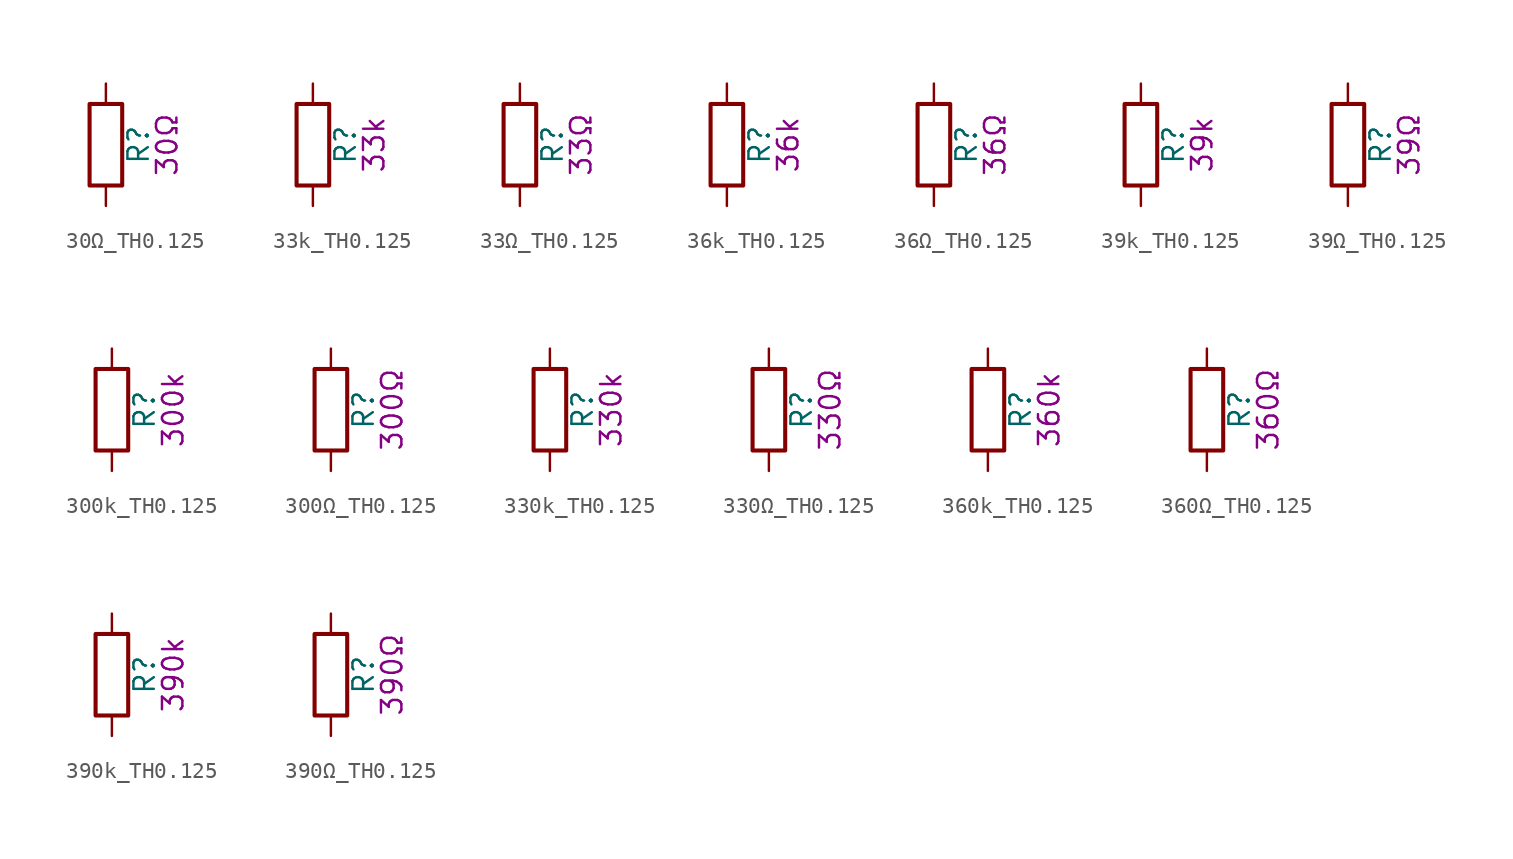
<source format=kicad_sym>
(kicad_symbol_lib
  (version 20211014)
  (generator kicad_symbol_editor)
  (symbol "30Ω_TH0.125"
    (pin_numbers hide)
    (pin_names
      (offset 0))
    (property "Reference" "R"
      (at 2.032 0 90)
      (effects (font (size 1.27 1.27))))
    (property "Display" "30Ω"
      (at 3.81 0 90)
      (effects (font (size 1.27 1.27))))
    (symbol "30Ω_TH0.125_0_1"
      (rectangle (start -1.016 -2.54) (end 1.016 2.54) (stroke (width 0.254) (type default) (color 0 0 0 0)) (fill (type none))))
    (symbol "30Ω_TH0.125_1_1"
      (pin passive line (at 0 3.81 270) (length 1.27) (name "~" (effects (font (size 1.27 1.27)))) (number "1" (effects (font (size 1.27 1.27)))))
      (pin passive line (at 0 -3.81 90) (length 1.27) (name "~" (effects (font (size 1.27 1.27)))) (number "2" (effects (font (size 1.27 1.27)))))))
  (symbol "33k_TH0.125"
    (pin_numbers hide)
    (pin_names
      (offset 0))
    (property "Reference" "R"
      (at 2.032 0 90)
      (effects (font (size 1.27 1.27))))
    (property "Display" "33k"
      (at 3.81 0 90)
      (effects (font (size 1.27 1.27))))
    (symbol "33k_TH0.125_0_1"
      (rectangle (start -1.016 -2.54) (end 1.016 2.54) (stroke (width 0.254) (type default) (color 0 0 0 0)) (fill (type none))))
    (symbol "33k_TH0.125_1_1"
      (pin passive line (at 0 3.81 270) (length 1.27) (name "~" (effects (font (size 1.27 1.27)))) (number "1" (effects (font (size 1.27 1.27)))))
      (pin passive line (at 0 -3.81 90) (length 1.27) (name "~" (effects (font (size 1.27 1.27)))) (number "2" (effects (font (size 1.27 1.27)))))))
  (symbol "33Ω_TH0.125"
    (pin_numbers hide)
    (pin_names
      (offset 0))
    (property "Reference" "R"
      (at 2.032 0 90)
      (effects (font (size 1.27 1.27))))
    (property "Display" "33Ω"
      (at 3.81 0 90)
      (effects (font (size 1.27 1.27))))
    (symbol "33Ω_TH0.125_0_1"
      (rectangle (start -1.016 -2.54) (end 1.016 2.54) (stroke (width 0.254) (type default) (color 0 0 0 0)) (fill (type none))))
    (symbol "33Ω_TH0.125_1_1"
      (pin passive line (at 0 3.81 270) (length 1.27) (name "~" (effects (font (size 1.27 1.27)))) (number "1" (effects (font (size 1.27 1.27)))))
      (pin passive line (at 0 -3.81 90) (length 1.27) (name "~" (effects (font (size 1.27 1.27)))) (number "2" (effects (font (size 1.27 1.27)))))))
  (symbol "36k_TH0.125"
    (pin_numbers hide)
    (pin_names
      (offset 0))
    (property "Reference" "R"
      (at 2.032 0 90)
      (effects (font (size 1.27 1.27))))
    (property "Display" "36k"
      (at 3.81 0 90)
      (effects (font (size 1.27 1.27))))
    (symbol "36k_TH0.125_0_1"
      (rectangle (start -1.016 -2.54) (end 1.016 2.54) (stroke (width 0.254) (type default) (color 0 0 0 0)) (fill (type none))))
    (symbol "36k_TH0.125_1_1"
      (pin passive line (at 0 3.81 270) (length 1.27) (name "~" (effects (font (size 1.27 1.27)))) (number "1" (effects (font (size 1.27 1.27)))))
      (pin passive line (at 0 -3.81 90) (length 1.27) (name "~" (effects (font (size 1.27 1.27)))) (number "2" (effects (font (size 1.27 1.27)))))))
  (symbol "36Ω_TH0.125"
    (pin_numbers hide)
    (pin_names
      (offset 0))
    (property "Reference" "R"
      (at 2.032 0 90)
      (effects (font (size 1.27 1.27))))
    (property "Display" "36Ω"
      (at 3.81 0 90)
      (effects (font (size 1.27 1.27))))
    (symbol "36Ω_TH0.125_0_1"
      (rectangle (start -1.016 -2.54) (end 1.016 2.54) (stroke (width 0.254) (type default) (color 0 0 0 0)) (fill (type none))))
    (symbol "36Ω_TH0.125_1_1"
      (pin passive line (at 0 3.81 270) (length 1.27) (name "~" (effects (font (size 1.27 1.27)))) (number "1" (effects (font (size 1.27 1.27)))))
      (pin passive line (at 0 -3.81 90) (length 1.27) (name "~" (effects (font (size 1.27 1.27)))) (number "2" (effects (font (size 1.27 1.27)))))))
  (symbol "39k_TH0.125"
    (pin_numbers hide)
    (pin_names
      (offset 0))
    (property "Reference" "R"
      (at 2.032 0 90)
      (effects (font (size 1.27 1.27))))
    (property "Display" "39k"
      (at 3.81 0 90)
      (effects (font (size 1.27 1.27))))
    (symbol "39k_TH0.125_0_1"
      (rectangle (start -1.016 -2.54) (end 1.016 2.54) (stroke (width 0.254) (type default) (color 0 0 0 0)) (fill (type none))))
    (symbol "39k_TH0.125_1_1"
      (pin passive line (at 0 3.81 270) (length 1.27) (name "~" (effects (font (size 1.27 1.27)))) (number "1" (effects (font (size 1.27 1.27)))))
      (pin passive line (at 0 -3.81 90) (length 1.27) (name "~" (effects (font (size 1.27 1.27)))) (number "2" (effects (font (size 1.27 1.27)))))))
  (symbol "39Ω_TH0.125"
    (pin_numbers hide)
    (pin_names
      (offset 0))
    (property "Reference" "R"
      (at 2.032 0 90)
      (effects (font (size 1.27 1.27))))
    (property "Display" "39Ω"
      (at 3.81 0 90)
      (effects (font (size 1.27 1.27))))
    (symbol "39Ω_TH0.125_0_1"
      (rectangle (start -1.016 -2.54) (end 1.016 2.54) (stroke (width 0.254) (type default) (color 0 0 0 0)) (fill (type none))))
    (symbol "39Ω_TH0.125_1_1"
      (pin passive line (at 0 3.81 270) (length 1.27) (name "~" (effects (font (size 1.27 1.27)))) (number "1" (effects (font (size 1.27 1.27)))))
      (pin passive line (at 0 -3.81 90) (length 1.27) (name "~" (effects (font (size 1.27 1.27)))) (number "2" (effects (font (size 1.27 1.27)))))))
  (symbol "300k_TH0.125"
    (pin_numbers hide)
    (pin_names
      (offset 0))
    (property "Reference" "R"
      (at 2.032 0 90)
      (effects (font (size 1.27 1.27))))
    (property "Display" "300k"
      (at 3.81 0 90)
      (effects (font (size 1.27 1.27))))
    (symbol "300k_TH0.125_0_1"
      (rectangle (start -1.016 -2.54) (end 1.016 2.54) (stroke (width 0.254) (type default) (color 0 0 0 0)) (fill (type none))))
    (symbol "300k_TH0.125_1_1"
      (pin passive line (at 0 3.81 270) (length 1.27) (name "~" (effects (font (size 1.27 1.27)))) (number "1" (effects (font (size 1.27 1.27)))))
      (pin passive line (at 0 -3.81 90) (length 1.27) (name "~" (effects (font (size 1.27 1.27)))) (number "2" (effects (font (size 1.27 1.27)))))))
  (symbol "300Ω_TH0.125"
    (pin_numbers hide)
    (pin_names
      (offset 0))
    (property "Reference" "R"
      (at 2.032 0 90)
      (effects (font (size 1.27 1.27))))
    (property "Display" "300Ω"
      (at 3.81 0 90)
      (effects (font (size 1.27 1.27))))
    (symbol "300Ω_TH0.125_0_1"
      (rectangle (start -1.016 -2.54) (end 1.016 2.54) (stroke (width 0.254) (type default) (color 0 0 0 0)) (fill (type none))))
    (symbol "300Ω_TH0.125_1_1"
      (pin passive line (at 0 3.81 270) (length 1.27) (name "~" (effects (font (size 1.27 1.27)))) (number "1" (effects (font (size 1.27 1.27)))))
      (pin passive line (at 0 -3.81 90) (length 1.27) (name "~" (effects (font (size 1.27 1.27)))) (number "2" (effects (font (size 1.27 1.27)))))))
  (symbol "330k_TH0.125"
    (pin_numbers hide)
    (pin_names
      (offset 0))
    (property "Reference" "R"
      (at 2.032 0 90)
      (effects (font (size 1.27 1.27))))
    (property "Display" "330k"
      (at 3.81 0 90)
      (effects (font (size 1.27 1.27))))
    (symbol "330k_TH0.125_0_1"
      (rectangle (start -1.016 -2.54) (end 1.016 2.54) (stroke (width 0.254) (type default) (color 0 0 0 0)) (fill (type none))))
    (symbol "330k_TH0.125_1_1"
      (pin passive line (at 0 3.81 270) (length 1.27) (name "~" (effects (font (size 1.27 1.27)))) (number "1" (effects (font (size 1.27 1.27)))))
      (pin passive line (at 0 -3.81 90) (length 1.27) (name "~" (effects (font (size 1.27 1.27)))) (number "2" (effects (font (size 1.27 1.27)))))))
  (symbol "330Ω_TH0.125"
    (pin_numbers hide)
    (pin_names
      (offset 0))
    (property "Reference" "R"
      (at 2.032 0 90)
      (effects (font (size 1.27 1.27))))
    (property "Display" "330Ω"
      (at 3.81 0 90)
      (effects (font (size 1.27 1.27))))
    (symbol "330Ω_TH0.125_0_1"
      (rectangle (start -1.016 -2.54) (end 1.016 2.54) (stroke (width 0.254) (type default) (color 0 0 0 0)) (fill (type none))))
    (symbol "330Ω_TH0.125_1_1"
      (pin passive line (at 0 3.81 270) (length 1.27) (name "~" (effects (font (size 1.27 1.27)))) (number "1" (effects (font (size 1.27 1.27)))))
      (pin passive line (at 0 -3.81 90) (length 1.27) (name "~" (effects (font (size 1.27 1.27)))) (number "2" (effects (font (size 1.27 1.27)))))))
  (symbol "360k_TH0.125"
    (pin_numbers hide)
    (pin_names
      (offset 0))
    (property "Reference" "R"
      (at 2.032 0 90)
      (effects (font (size 1.27 1.27))))
    (property "Display" "360k"
      (at 3.81 0 90)
      (effects (font (size 1.27 1.27))))
    (symbol "360k_TH0.125_0_1"
      (rectangle (start -1.016 -2.54) (end 1.016 2.54) (stroke (width 0.254) (type default) (color 0 0 0 0)) (fill (type none))))
    (symbol "360k_TH0.125_1_1"
      (pin passive line (at 0 3.81 270) (length 1.27) (name "~" (effects (font (size 1.27 1.27)))) (number "1" (effects (font (size 1.27 1.27)))))
      (pin passive line (at 0 -3.81 90) (length 1.27) (name "~" (effects (font (size 1.27 1.27)))) (number "2" (effects (font (size 1.27 1.27)))))))
  (symbol "360Ω_TH0.125"
    (pin_numbers hide)
    (pin_names
      (offset 0))
    (property "Reference" "R"
      (at 2.032 0 90)
      (effects (font (size 1.27 1.27))))
    (property "Display" "360Ω"
      (at 3.81 0 90)
      (effects (font (size 1.27 1.27))))
    (symbol "360Ω_TH0.125_0_1"
      (rectangle (start -1.016 -2.54) (end 1.016 2.54) (stroke (width 0.254) (type default) (color 0 0 0 0)) (fill (type none))))
    (symbol "360Ω_TH0.125_1_1"
      (pin passive line (at 0 3.81 270) (length 1.27) (name "~" (effects (font (size 1.27 1.27)))) (number "1" (effects (font (size 1.27 1.27)))))
      (pin passive line (at 0 -3.81 90) (length 1.27) (name "~" (effects (font (size 1.27 1.27)))) (number "2" (effects (font (size 1.27 1.27)))))))
  (symbol "390k_TH0.125"
    (pin_numbers hide)
    (pin_names
      (offset 0))
    (property "Reference" "R"
      (at 2.032 0 90)
      (effects (font (size 1.27 1.27))))
    (property "Display" "390k"
      (at 3.81 0 90)
      (effects (font (size 1.27 1.27))))
    (symbol "390k_TH0.125_0_1"
      (rectangle (start -1.016 -2.54) (end 1.016 2.54) (stroke (width 0.254) (type default) (color 0 0 0 0)) (fill (type none))))
    (symbol "390k_TH0.125_1_1"
      (pin passive line (at 0 3.81 270) (length 1.27) (name "~" (effects (font (size 1.27 1.27)))) (number "1" (effects (font (size 1.27 1.27)))))
      (pin passive line (at 0 -3.81 90) (length 1.27) (name "~" (effects (font (size 1.27 1.27)))) (number "2" (effects (font (size 1.27 1.27)))))))
  (symbol "390Ω_TH0.125"
    (pin_numbers hide)
    (pin_names
      (offset 0))
    (property "Reference" "R"
      (at 2.032 0 90)
      (effects (font (size 1.27 1.27))))
    (property "Display" "390Ω"
      (at 3.81 0 90)
      (effects (font (size 1.27 1.27))))
    (symbol "390Ω_TH0.125_0_1"
      (rectangle (start -1.016 -2.54) (end 1.016 2.54) (stroke (width 0.254) (type default) (color 0 0 0 0)) (fill (type none))))
    (symbol "390Ω_TH0.125_1_1"
      (pin passive line (at 0 3.81 270) (length 1.27) (name "~" (effects (font (size 1.27 1.27)))) (number "1" (effects (font (size 1.27 1.27)))))
      (pin passive line (at 0 -3.81 90) (length 1.27) (name "~" (effects (font (size 1.27 1.27)))) (number "2" (effects (font (size 1.27 1.27))))))))
</source>
